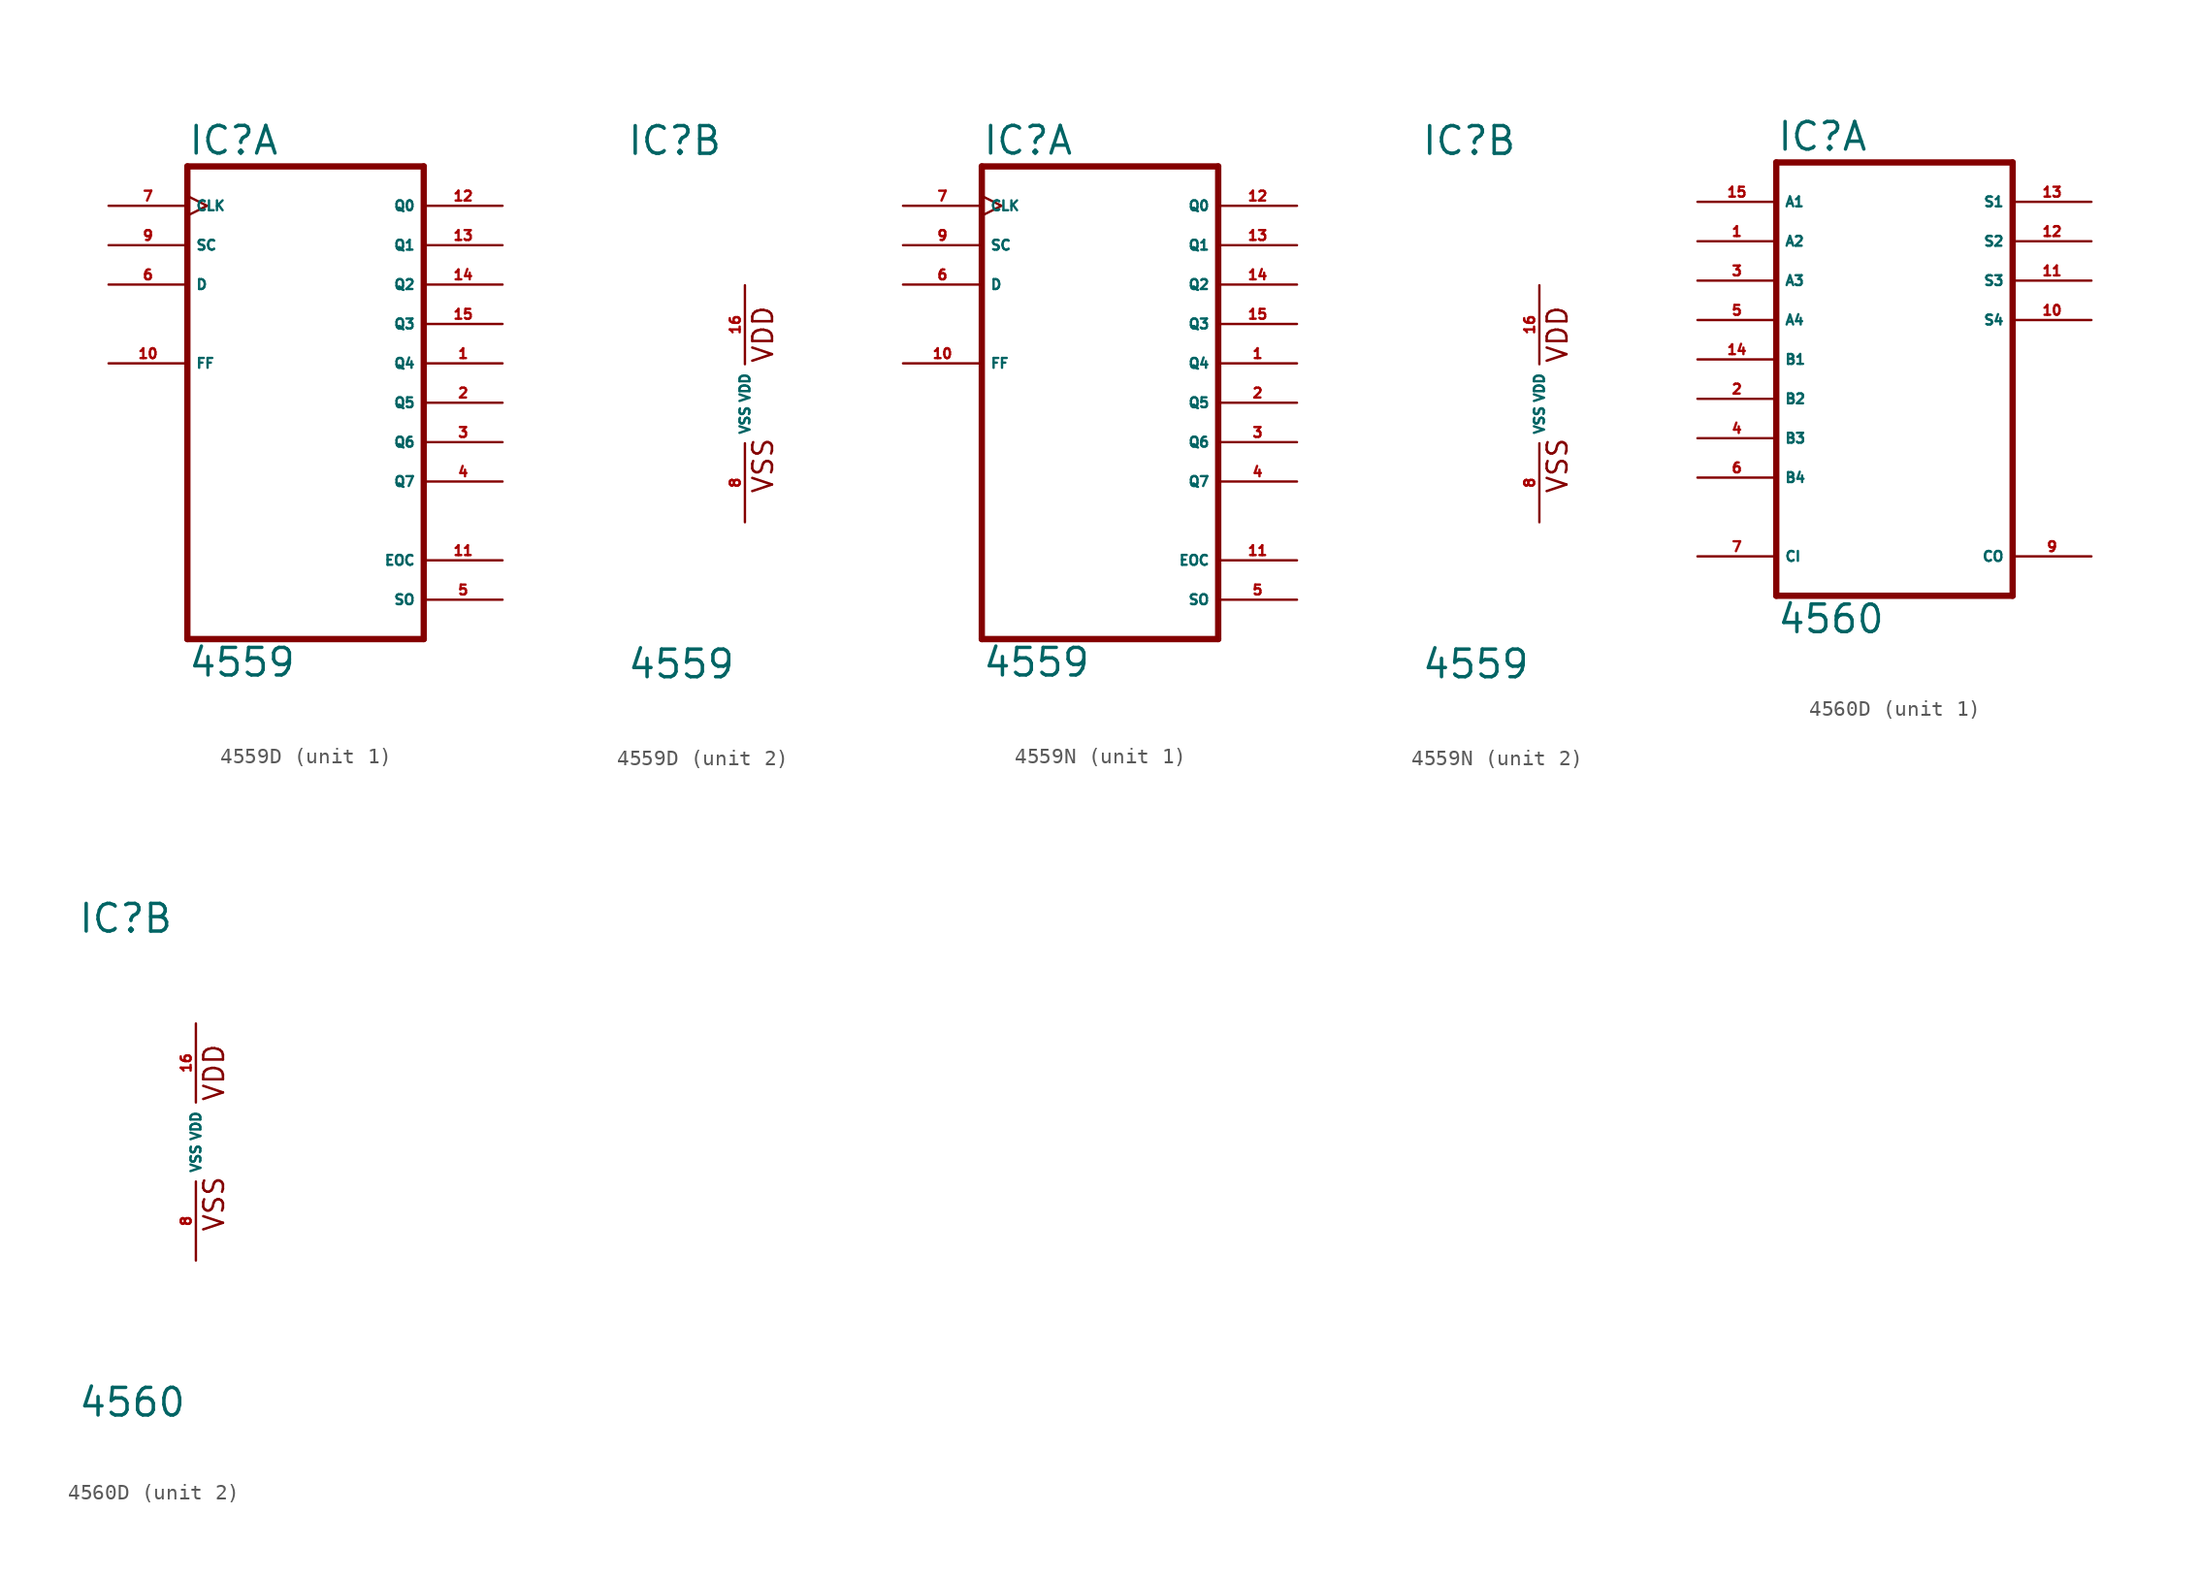
<source format=kicad_sym>
(kicad_symbol_lib
  (version 20220914)
  (generator Eagle2Kicad)
  (symbol "4559D"
    (property "Reference" "IC"
      (at -7.62 15.875 0)
      (effects (font (size 1.778 1.778) (thickness 0.22)) (justify left bottom)))
    (property "Value" "4559"
      (at -7.62 -17.78 0)
      (effects (font (size 1.778 1.778) (thickness 0.22)) (justify left bottom)))
    (symbol "4559D_1_0"
      (polyline (pts (xy -7.62 -15.24) (xy 7.62 -15.24)) (stroke (width 0.406) (type default)) (fill (type none)))
      (polyline (pts (xy 7.62 -15.24) (xy 7.62 15.24)) (stroke (width 0.406) (type default)) (fill (type none)))
      (polyline (pts (xy 7.62 15.24) (xy -7.62 15.24)) (stroke (width 0.406) (type default)) (fill (type none)))
      (polyline (pts (xy -7.62 15.24) (xy -7.62 -15.24)) (stroke (width 0.406) (type default)) (fill (type none)))
      (pin output line (at 12.7 2.54 180) (length 5.08) (name "Q4" (effects (font (size 0.635 0.635) (thickness 0.08)) (justify left bottom))) (number "1" (effects (font (size 0.635 0.635) (thickness 0.08)) (justify left bottom))))
      (pin output line (at 12.7 0 180) (length 5.08) (name "Q5" (effects (font (size 0.635 0.635) (thickness 0.08)) (justify left bottom))) (number "2" (effects (font (size 0.635 0.635) (thickness 0.08)) (justify left bottom))))
      (pin output line (at 12.7 -2.54 180) (length 5.08) (name "Q6" (effects (font (size 0.635 0.635) (thickness 0.08)) (justify left bottom))) (number "3" (effects (font (size 0.635 0.635) (thickness 0.08)) (justify left bottom))))
      (pin output line (at 12.7 -5.08 180) (length 5.08) (name "Q7" (effects (font (size 0.635 0.635) (thickness 0.08)) (justify left bottom))) (number "4" (effects (font (size 0.635 0.635) (thickness 0.08)) (justify left bottom))))
      (pin output line (at 12.7 -12.7 180) (length 5.08) (name "SO" (effects (font (size 0.635 0.635) (thickness 0.08)) (justify left bottom))) (number "5" (effects (font (size 0.635 0.635) (thickness 0.08)) (justify left bottom))))
      (pin input line (at -12.7 7.62 0) (length 5.08) (name "D" (effects (font (size 0.635 0.635) (thickness 0.08)) (justify left bottom))) (number "6" (effects (font (size 0.635 0.635) (thickness 0.08)) (justify left bottom))))
      (pin input clock (at -12.7 12.7 0) (length 5.08) (name "CLK" (effects (font (size 0.635 0.635) (thickness 0.08)) (justify left bottom))) (number "7" (effects (font (size 0.635 0.635) (thickness 0.08)) (justify left bottom))))
      (pin input line (at -12.7 10.16 0) (length 5.08) (name "SC" (effects (font (size 0.635 0.635) (thickness 0.08)) (justify left bottom))) (number "9" (effects (font (size 0.635 0.635) (thickness 0.08)) (justify left bottom))))
      (pin input line (at -12.7 2.54 0) (length 5.08) (name "FF" (effects (font (size 0.635 0.635) (thickness 0.08)) (justify left bottom))) (number "10" (effects (font (size 0.635 0.635) (thickness 0.08)) (justify left bottom))))
      (pin output line (at 12.7 -10.16 180) (length 5.08) (name "EOC" (effects (font (size 0.635 0.635) (thickness 0.08)) (justify left bottom))) (number "11" (effects (font (size 0.635 0.635) (thickness 0.08)) (justify left bottom))))
      (pin output line (at 12.7 12.7 180) (length 5.08) (name "Q0" (effects (font (size 0.635 0.635) (thickness 0.08)) (justify left bottom))) (number "12" (effects (font (size 0.635 0.635) (thickness 0.08)) (justify left bottom))))
      (pin output line (at 12.7 10.16 180) (length 5.08) (name "Q1" (effects (font (size 0.635 0.635) (thickness 0.08)) (justify left bottom))) (number "13" (effects (font (size 0.635 0.635) (thickness 0.08)) (justify left bottom))))
      (pin output line (at 12.7 7.62 180) (length 5.08) (name "Q2" (effects (font (size 0.635 0.635) (thickness 0.08)) (justify left bottom))) (number "14" (effects (font (size 0.635 0.635) (thickness 0.08)) (justify left bottom))))
      (pin output line (at 12.7 5.08 180) (length 5.08) (name "Q3" (effects (font (size 0.635 0.635) (thickness 0.08)) (justify left bottom))) (number "15" (effects (font (size 0.635 0.635) (thickness 0.08)) (justify left bottom)))))
    (symbol "4559D_2_0"
      (text "VDD" (at 1.905 2.54 900) (effects (font (size 1.27 1.27) (thickness 0.16)) (justify left bottom)))
      (text "VSS" (at 1.905 -5.842 900) (effects (font (size 1.27 1.27) (thickness 0.16)) (justify left bottom)))
      (pin unspecified line (at 0 -7.62 90) (length 5.08) (name "VSS" (effects (font (size 0.635 0.635) (thickness 0.08)) (justify left bottom))) (number "8" (effects (font (size 0.635 0.635) (thickness 0.08)) (justify left bottom))))
      (pin unspecified line (at 0 7.62 270) (length 5.08) (name "VDD" (effects (font (size 0.635 0.635) (thickness 0.08)) (justify left bottom))) (number "16" (effects (font (size 0.635 0.635) (thickness 0.08)) (justify left bottom))))))
  (symbol "4559N"
    (property "Reference" "IC"
      (at -7.62 15.875 0)
      (effects (font (size 1.778 1.778) (thickness 0.22)) (justify left bottom)))
    (property "Value" "4559"
      (at -7.62 -17.78 0)
      (effects (font (size 1.778 1.778) (thickness 0.22)) (justify left bottom)))
    (symbol "4559N_1_0"
      (polyline (pts (xy -7.62 -15.24) (xy 7.62 -15.24)) (stroke (width 0.406) (type default)) (fill (type none)))
      (polyline (pts (xy 7.62 -15.24) (xy 7.62 15.24)) (stroke (width 0.406) (type default)) (fill (type none)))
      (polyline (pts (xy 7.62 15.24) (xy -7.62 15.24)) (stroke (width 0.406) (type default)) (fill (type none)))
      (polyline (pts (xy -7.62 15.24) (xy -7.62 -15.24)) (stroke (width 0.406) (type default)) (fill (type none)))
      (pin output line (at 12.7 2.54 180) (length 5.08) (name "Q4" (effects (font (size 0.635 0.635) (thickness 0.08)) (justify left bottom))) (number "1" (effects (font (size 0.635 0.635) (thickness 0.08)) (justify left bottom))))
      (pin output line (at 12.7 0 180) (length 5.08) (name "Q5" (effects (font (size 0.635 0.635) (thickness 0.08)) (justify left bottom))) (number "2" (effects (font (size 0.635 0.635) (thickness 0.08)) (justify left bottom))))
      (pin output line (at 12.7 -2.54 180) (length 5.08) (name "Q6" (effects (font (size 0.635 0.635) (thickness 0.08)) (justify left bottom))) (number "3" (effects (font (size 0.635 0.635) (thickness 0.08)) (justify left bottom))))
      (pin output line (at 12.7 -5.08 180) (length 5.08) (name "Q7" (effects (font (size 0.635 0.635) (thickness 0.08)) (justify left bottom))) (number "4" (effects (font (size 0.635 0.635) (thickness 0.08)) (justify left bottom))))
      (pin output line (at 12.7 -12.7 180) (length 5.08) (name "SO" (effects (font (size 0.635 0.635) (thickness 0.08)) (justify left bottom))) (number "5" (effects (font (size 0.635 0.635) (thickness 0.08)) (justify left bottom))))
      (pin input line (at -12.7 7.62 0) (length 5.08) (name "D" (effects (font (size 0.635 0.635) (thickness 0.08)) (justify left bottom))) (number "6" (effects (font (size 0.635 0.635) (thickness 0.08)) (justify left bottom))))
      (pin input clock (at -12.7 12.7 0) (length 5.08) (name "CLK" (effects (font (size 0.635 0.635) (thickness 0.08)) (justify left bottom))) (number "7" (effects (font (size 0.635 0.635) (thickness 0.08)) (justify left bottom))))
      (pin input line (at -12.7 10.16 0) (length 5.08) (name "SC" (effects (font (size 0.635 0.635) (thickness 0.08)) (justify left bottom))) (number "9" (effects (font (size 0.635 0.635) (thickness 0.08)) (justify left bottom))))
      (pin input line (at -12.7 2.54 0) (length 5.08) (name "FF" (effects (font (size 0.635 0.635) (thickness 0.08)) (justify left bottom))) (number "10" (effects (font (size 0.635 0.635) (thickness 0.08)) (justify left bottom))))
      (pin output line (at 12.7 -10.16 180) (length 5.08) (name "EOC" (effects (font (size 0.635 0.635) (thickness 0.08)) (justify left bottom))) (number "11" (effects (font (size 0.635 0.635) (thickness 0.08)) (justify left bottom))))
      (pin output line (at 12.7 12.7 180) (length 5.08) (name "Q0" (effects (font (size 0.635 0.635) (thickness 0.08)) (justify left bottom))) (number "12" (effects (font (size 0.635 0.635) (thickness 0.08)) (justify left bottom))))
      (pin output line (at 12.7 10.16 180) (length 5.08) (name "Q1" (effects (font (size 0.635 0.635) (thickness 0.08)) (justify left bottom))) (number "13" (effects (font (size 0.635 0.635) (thickness 0.08)) (justify left bottom))))
      (pin output line (at 12.7 7.62 180) (length 5.08) (name "Q2" (effects (font (size 0.635 0.635) (thickness 0.08)) (justify left bottom))) (number "14" (effects (font (size 0.635 0.635) (thickness 0.08)) (justify left bottom))))
      (pin output line (at 12.7 5.08 180) (length 5.08) (name "Q3" (effects (font (size 0.635 0.635) (thickness 0.08)) (justify left bottom))) (number "15" (effects (font (size 0.635 0.635) (thickness 0.08)) (justify left bottom)))))
    (symbol "4559N_2_0"
      (text "VDD" (at 1.905 2.54 900) (effects (font (size 1.27 1.27) (thickness 0.16)) (justify left bottom)))
      (text "VSS" (at 1.905 -5.842 900) (effects (font (size 1.27 1.27) (thickness 0.16)) (justify left bottom)))
      (pin unspecified line (at 0 -7.62 90) (length 5.08) (name "VSS" (effects (font (size 0.635 0.635) (thickness 0.08)) (justify left bottom))) (number "8" (effects (font (size 0.635 0.635) (thickness 0.08)) (justify left bottom))))
      (pin unspecified line (at 0 7.62 270) (length 5.08) (name "VDD" (effects (font (size 0.635 0.635) (thickness 0.08)) (justify left bottom))) (number "16" (effects (font (size 0.635 0.635) (thickness 0.08)) (justify left bottom))))))
  (symbol "4560D"
    (property "Reference" "IC"
      (at -7.62 13.335 0)
      (effects (font (size 1.778 1.778) (thickness 0.22)) (justify left bottom)))
    (property "Value" "4560"
      (at -7.62 -17.78 0)
      (effects (font (size 1.778 1.778) (thickness 0.22)) (justify left bottom)))
    (symbol "4560D_1_0"
      (polyline (pts (xy -7.62 -15.24) (xy 7.62 -15.24)) (stroke (width 0.406) (type default)) (fill (type none)))
      (polyline (pts (xy 7.62 -15.24) (xy 7.62 12.7)) (stroke (width 0.406) (type default)) (fill (type none)))
      (polyline (pts (xy 7.62 12.7) (xy -7.62 12.7)) (stroke (width 0.406) (type default)) (fill (type none)))
      (polyline (pts (xy -7.62 12.7) (xy -7.62 -15.24)) (stroke (width 0.406) (type default)) (fill (type none)))
      (pin input line (at -12.7 7.62 0) (length 5.08) (name "A2" (effects (font (size 0.635 0.635) (thickness 0.08)) (justify left bottom))) (number "1" (effects (font (size 0.635 0.635) (thickness 0.08)) (justify left bottom))))
      (pin input line (at -12.7 -2.54 0) (length 5.08) (name "B2" (effects (font (size 0.635 0.635) (thickness 0.08)) (justify left bottom))) (number "2" (effects (font (size 0.635 0.635) (thickness 0.08)) (justify left bottom))))
      (pin input line (at -12.7 5.08 0) (length 5.08) (name "A3" (effects (font (size 0.635 0.635) (thickness 0.08)) (justify left bottom))) (number "3" (effects (font (size 0.635 0.635) (thickness 0.08)) (justify left bottom))))
      (pin input line (at -12.7 -5.08 0) (length 5.08) (name "B3" (effects (font (size 0.635 0.635) (thickness 0.08)) (justify left bottom))) (number "4" (effects (font (size 0.635 0.635) (thickness 0.08)) (justify left bottom))))
      (pin input line (at -12.7 2.54 0) (length 5.08) (name "A4" (effects (font (size 0.635 0.635) (thickness 0.08)) (justify left bottom))) (number "5" (effects (font (size 0.635 0.635) (thickness 0.08)) (justify left bottom))))
      (pin input line (at -12.7 -7.62 0) (length 5.08) (name "B4" (effects (font (size 0.635 0.635) (thickness 0.08)) (justify left bottom))) (number "6" (effects (font (size 0.635 0.635) (thickness 0.08)) (justify left bottom))))
      (pin input line (at -12.7 -12.7 0) (length 5.08) (name "CI" (effects (font (size 0.635 0.635) (thickness 0.08)) (justify left bottom))) (number "7" (effects (font (size 0.635 0.635) (thickness 0.08)) (justify left bottom))))
      (pin output line (at 12.7 -12.7 180) (length 5.08) (name "CO" (effects (font (size 0.635 0.635) (thickness 0.08)) (justify left bottom))) (number "9" (effects (font (size 0.635 0.635) (thickness 0.08)) (justify left bottom))))
      (pin output line (at 12.7 2.54 180) (length 5.08) (name "S4" (effects (font (size 0.635 0.635) (thickness 0.08)) (justify left bottom))) (number "10" (effects (font (size 0.635 0.635) (thickness 0.08)) (justify left bottom))))
      (pin output line (at 12.7 5.08 180) (length 5.08) (name "S3" (effects (font (size 0.635 0.635) (thickness 0.08)) (justify left bottom))) (number "11" (effects (font (size 0.635 0.635) (thickness 0.08)) (justify left bottom))))
      (pin output line (at 12.7 7.62 180) (length 5.08) (name "S2" (effects (font (size 0.635 0.635) (thickness 0.08)) (justify left bottom))) (number "12" (effects (font (size 0.635 0.635) (thickness 0.08)) (justify left bottom))))
      (pin output line (at 12.7 10.16 180) (length 5.08) (name "S1" (effects (font (size 0.635 0.635) (thickness 0.08)) (justify left bottom))) (number "13" (effects (font (size 0.635 0.635) (thickness 0.08)) (justify left bottom))))
      (pin input line (at -12.7 0 0) (length 5.08) (name "B1" (effects (font (size 0.635 0.635) (thickness 0.08)) (justify left bottom))) (number "14" (effects (font (size 0.635 0.635) (thickness 0.08)) (justify left bottom))))
      (pin input line (at -12.7 10.16 0) (length 5.08) (name "A1" (effects (font (size 0.635 0.635) (thickness 0.08)) (justify left bottom))) (number "15" (effects (font (size 0.635 0.635) (thickness 0.08)) (justify left bottom)))))
    (symbol "4560D_2_0"
      (text "VDD" (at 1.905 2.54 900) (effects (font (size 1.27 1.27) (thickness 0.16)) (justify left bottom)))
      (text "VSS" (at 1.905 -5.842 900) (effects (font (size 1.27 1.27) (thickness 0.16)) (justify left bottom)))
      (pin unspecified line (at 0 -7.62 90) (length 5.08) (name "VSS" (effects (font (size 0.635 0.635) (thickness 0.08)) (justify left bottom))) (number "8" (effects (font (size 0.635 0.635) (thickness 0.08)) (justify left bottom))))
      (pin unspecified line (at 0 7.62 270) (length 5.08) (name "VDD" (effects (font (size 0.635 0.635) (thickness 0.08)) (justify left bottom))) (number "16" (effects (font (size 0.635 0.635) (thickness 0.08)) (justify left bottom)))))))
</source>
